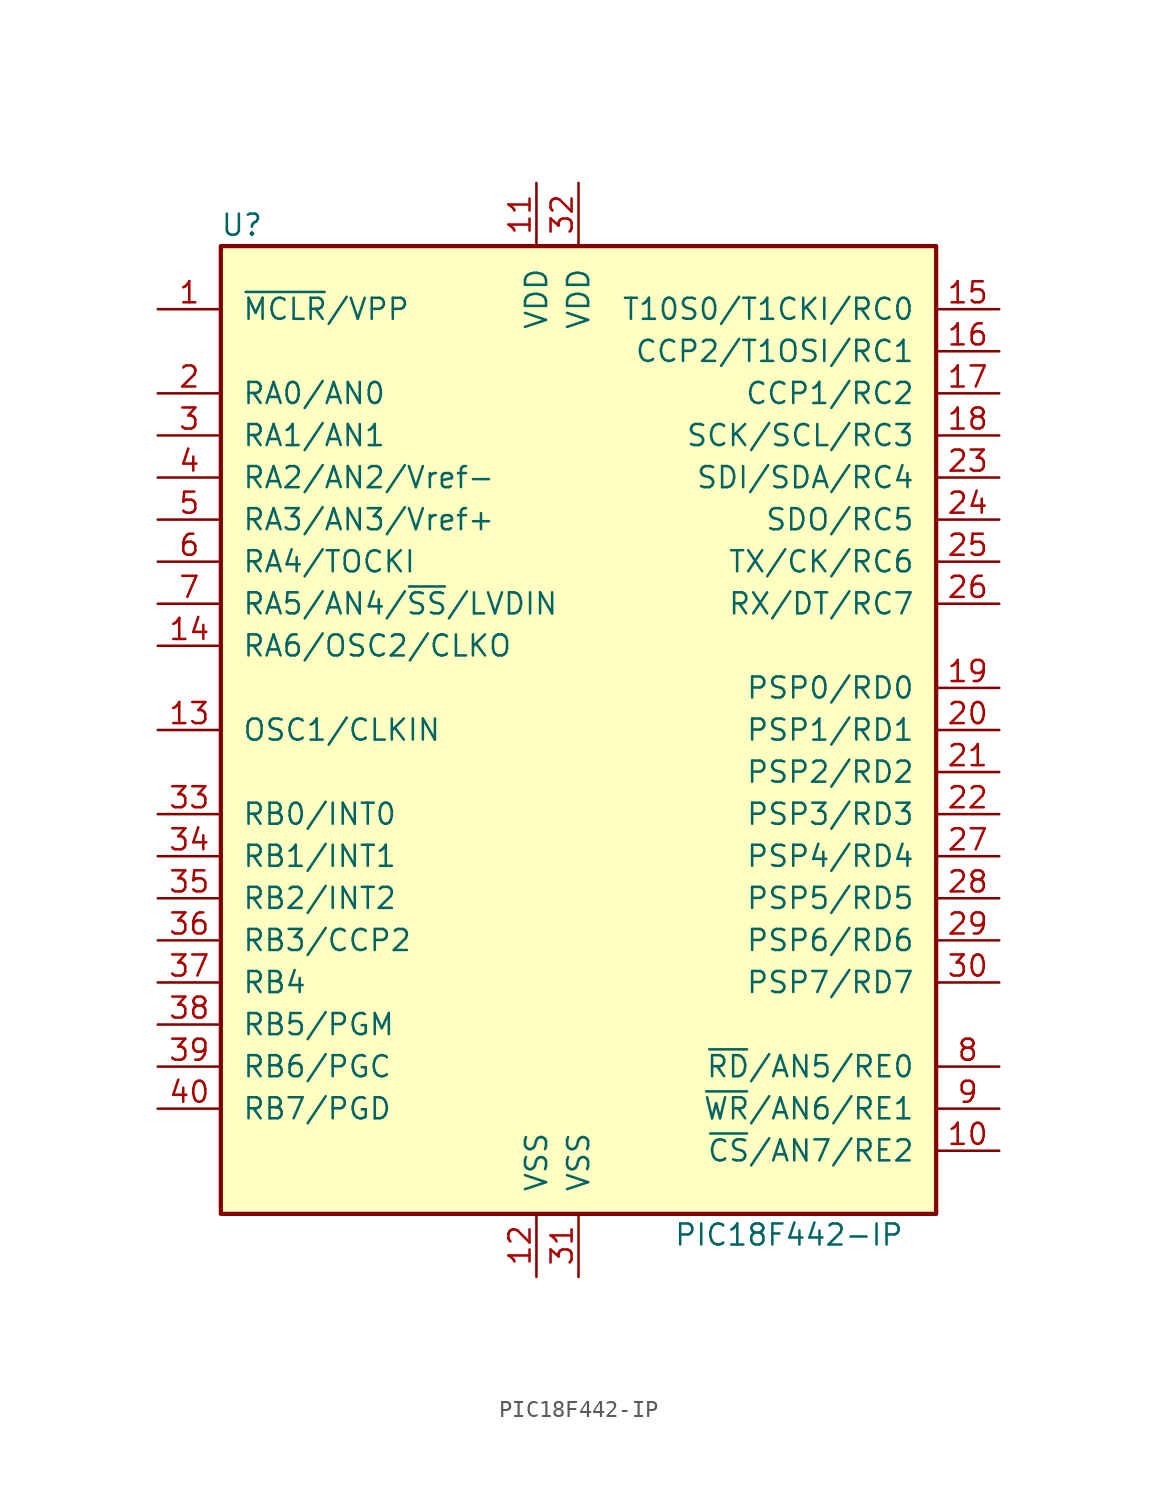
<source format=kicad_sym>
(kicad_symbol_lib
  (version 20200908)
  (generator kicad_symbol_editor)
  (symbol "MCU_Microchip_PIC18:PIC18F442-IP"
    (pin_names
      (offset 1.27))
    (property "Reference" "U"
      (at -20.32 30.48 0)
      (effects (font (size 1.27 1.27))))
    (property "Value" "PIC18F442-IP"
      (at 12.7 -30.48 0)
      (effects (font (size 1.27 1.27))))
    (symbol "PIC18F442-IP_0_1"
      (rectangle (start -21.59 -29.21) (end 21.59 29.21) (stroke (width 0.254)) (fill (type background))))
    (symbol "PIC18F442-IP_1_1"
      (pin input line (at -25.4 25.4 0) (length 3.81) (name "~MCLR~/VPP" (effects (font (size 1.27 1.27)))) (number "1" (effects (font (size 1.27 1.27)))))
      (pin bidirectional line (at 25.4 -25.4 180) (length 3.81) (name "~CS~/AN7/RE2" (effects (font (size 1.27 1.27)))) (number "10" (effects (font (size 1.27 1.27)))))
      (pin power_in line (at -2.54 33.02 270) (length 3.81) (name "VDD" (effects (font (size 1.27 1.27)))) (number "11" (effects (font (size 1.27 1.27)))))
      (pin power_in line (at -2.54 -33.02 90) (length 3.81) (name "VSS" (effects (font (size 1.27 1.27)))) (number "12" (effects (font (size 1.27 1.27)))))
      (pin input line (at -25.4 0 0) (length 3.81) (name "OSC1/CLKIN" (effects (font (size 1.27 1.27)))) (number "13" (effects (font (size 1.27 1.27)))))
      (pin output line (at -25.4 5.08 0) (length 3.81) (name "RA6/OSC2/CLKO" (effects (font (size 1.27 1.27)))) (number "14" (effects (font (size 1.27 1.27)))))
      (pin bidirectional line (at 25.4 25.4 180) (length 3.81) (name "T10S0/T1CKI/RC0" (effects (font (size 1.27 1.27)))) (number "15" (effects (font (size 1.27 1.27)))))
      (pin bidirectional line (at 25.4 22.86 180) (length 3.81) (name "CCP2/T1OSI/RC1" (effects (font (size 1.27 1.27)))) (number "16" (effects (font (size 1.27 1.27)))))
      (pin bidirectional line (at 25.4 20.32 180) (length 3.81) (name "CCP1/RC2" (effects (font (size 1.27 1.27)))) (number "17" (effects (font (size 1.27 1.27)))))
      (pin bidirectional line (at 25.4 17.78 180) (length 3.81) (name "SCK/SCL/RC3" (effects (font (size 1.27 1.27)))) (number "18" (effects (font (size 1.27 1.27)))))
      (pin bidirectional line (at 25.4 2.54 180) (length 3.81) (name "PSP0/RD0" (effects (font (size 1.27 1.27)))) (number "19" (effects (font (size 1.27 1.27)))))
      (pin bidirectional line (at -25.4 20.32 0) (length 3.81) (name "RA0/AN0" (effects (font (size 1.27 1.27)))) (number "2" (effects (font (size 1.27 1.27)))))
      (pin bidirectional line (at 25.4 0 180) (length 3.81) (name "PSP1/RD1" (effects (font (size 1.27 1.27)))) (number "20" (effects (font (size 1.27 1.27)))))
      (pin bidirectional line (at 25.4 -2.54 180) (length 3.81) (name "PSP2/RD2" (effects (font (size 1.27 1.27)))) (number "21" (effects (font (size 1.27 1.27)))))
      (pin bidirectional line (at 25.4 -5.08 180) (length 3.81) (name "PSP3/RD3" (effects (font (size 1.27 1.27)))) (number "22" (effects (font (size 1.27 1.27)))))
      (pin bidirectional line (at 25.4 15.24 180) (length 3.81) (name "SDI/SDA/RC4" (effects (font (size 1.27 1.27)))) (number "23" (effects (font (size 1.27 1.27)))))
      (pin bidirectional line (at 25.4 12.7 180) (length 3.81) (name "SDO/RC5" (effects (font (size 1.27 1.27)))) (number "24" (effects (font (size 1.27 1.27)))))
      (pin bidirectional line (at 25.4 10.16 180) (length 3.81) (name "TX/CK/RC6" (effects (font (size 1.27 1.27)))) (number "25" (effects (font (size 1.27 1.27)))))
      (pin bidirectional line (at 25.4 7.62 180) (length 3.81) (name "RX/DT/RC7" (effects (font (size 1.27 1.27)))) (number "26" (effects (font (size 1.27 1.27)))))
      (pin bidirectional line (at 25.4 -7.62 180) (length 3.81) (name "PSP4/RD4" (effects (font (size 1.27 1.27)))) (number "27" (effects (font (size 1.27 1.27)))))
      (pin bidirectional line (at 25.4 -10.16 180) (length 3.81) (name "PSP5/RD5" (effects (font (size 1.27 1.27)))) (number "28" (effects (font (size 1.27 1.27)))))
      (pin bidirectional line (at 25.4 -12.7 180) (length 3.81) (name "PSP6/RD6" (effects (font (size 1.27 1.27)))) (number "29" (effects (font (size 1.27 1.27)))))
      (pin bidirectional line (at -25.4 17.78 0) (length 3.81) (name "RA1/AN1" (effects (font (size 1.27 1.27)))) (number "3" (effects (font (size 1.27 1.27)))))
      (pin bidirectional line (at 25.4 -15.24 180) (length 3.81) (name "PSP7/RD7" (effects (font (size 1.27 1.27)))) (number "30" (effects (font (size 1.27 1.27)))))
      (pin power_in line (at 0 -33.02 90) (length 3.81) (name "VSS" (effects (font (size 1.27 1.27)))) (number "31" (effects (font (size 1.27 1.27)))))
      (pin power_in line (at 0 33.02 270) (length 3.81) (name "VDD" (effects (font (size 1.27 1.27)))) (number "32" (effects (font (size 1.27 1.27)))))
      (pin bidirectional line (at -25.4 -5.08 0) (length 3.81) (name "RB0/INT0" (effects (font (size 1.27 1.27)))) (number "33" (effects (font (size 1.27 1.27)))))
      (pin bidirectional line (at -25.4 -7.62 0) (length 3.81) (name "RB1/INT1" (effects (font (size 1.27 1.27)))) (number "34" (effects (font (size 1.27 1.27)))))
      (pin bidirectional line (at -25.4 -10.16 0) (length 3.81) (name "RB2/INT2" (effects (font (size 1.27 1.27)))) (number "35" (effects (font (size 1.27 1.27)))))
      (pin bidirectional line (at -25.4 -12.7 0) (length 3.81) (name "RB3/CCP2" (effects (font (size 1.27 1.27)))) (number "36" (effects (font (size 1.27 1.27)))))
      (pin bidirectional line (at -25.4 -15.24 0) (length 3.81) (name "RB4" (effects (font (size 1.27 1.27)))) (number "37" (effects (font (size 1.27 1.27)))))
      (pin bidirectional line (at -25.4 -17.78 0) (length 3.81) (name "RB5/PGM" (effects (font (size 1.27 1.27)))) (number "38" (effects (font (size 1.27 1.27)))))
      (pin bidirectional line (at -25.4 -20.32 0) (length 3.81) (name "RB6/PGC" (effects (font (size 1.27 1.27)))) (number "39" (effects (font (size 1.27 1.27)))))
      (pin bidirectional line (at -25.4 15.24 0) (length 3.81) (name "RA2/AN2/Vref-" (effects (font (size 1.27 1.27)))) (number "4" (effects (font (size 1.27 1.27)))))
      (pin bidirectional line (at -25.4 -22.86 0) (length 3.81) (name "RB7/PGD" (effects (font (size 1.27 1.27)))) (number "40" (effects (font (size 1.27 1.27)))))
      (pin bidirectional line (at -25.4 12.7 0) (length 3.81) (name "RA3/AN3/Vref+" (effects (font (size 1.27 1.27)))) (number "5" (effects (font (size 1.27 1.27)))))
      (pin bidirectional line (at -25.4 10.16 0) (length 3.81) (name "RA4/TOCKI" (effects (font (size 1.27 1.27)))) (number "6" (effects (font (size 1.27 1.27)))))
      (pin bidirectional line (at -25.4 7.62 0) (length 3.81) (name "RA5/AN4/~SS~/LVDIN" (effects (font (size 1.27 1.27)))) (number "7" (effects (font (size 1.27 1.27)))))
      (pin bidirectional line (at 25.4 -20.32 180) (length 3.81) (name "~RD~/AN5/RE0" (effects (font (size 1.27 1.27)))) (number "8" (effects (font (size 1.27 1.27)))))
      (pin bidirectional line (at 25.4 -22.86 180) (length 3.81) (name "~WR~/AN6/RE1" (effects (font (size 1.27 1.27)))) (number "9" (effects (font (size 1.27 1.27))))))))
</source>
